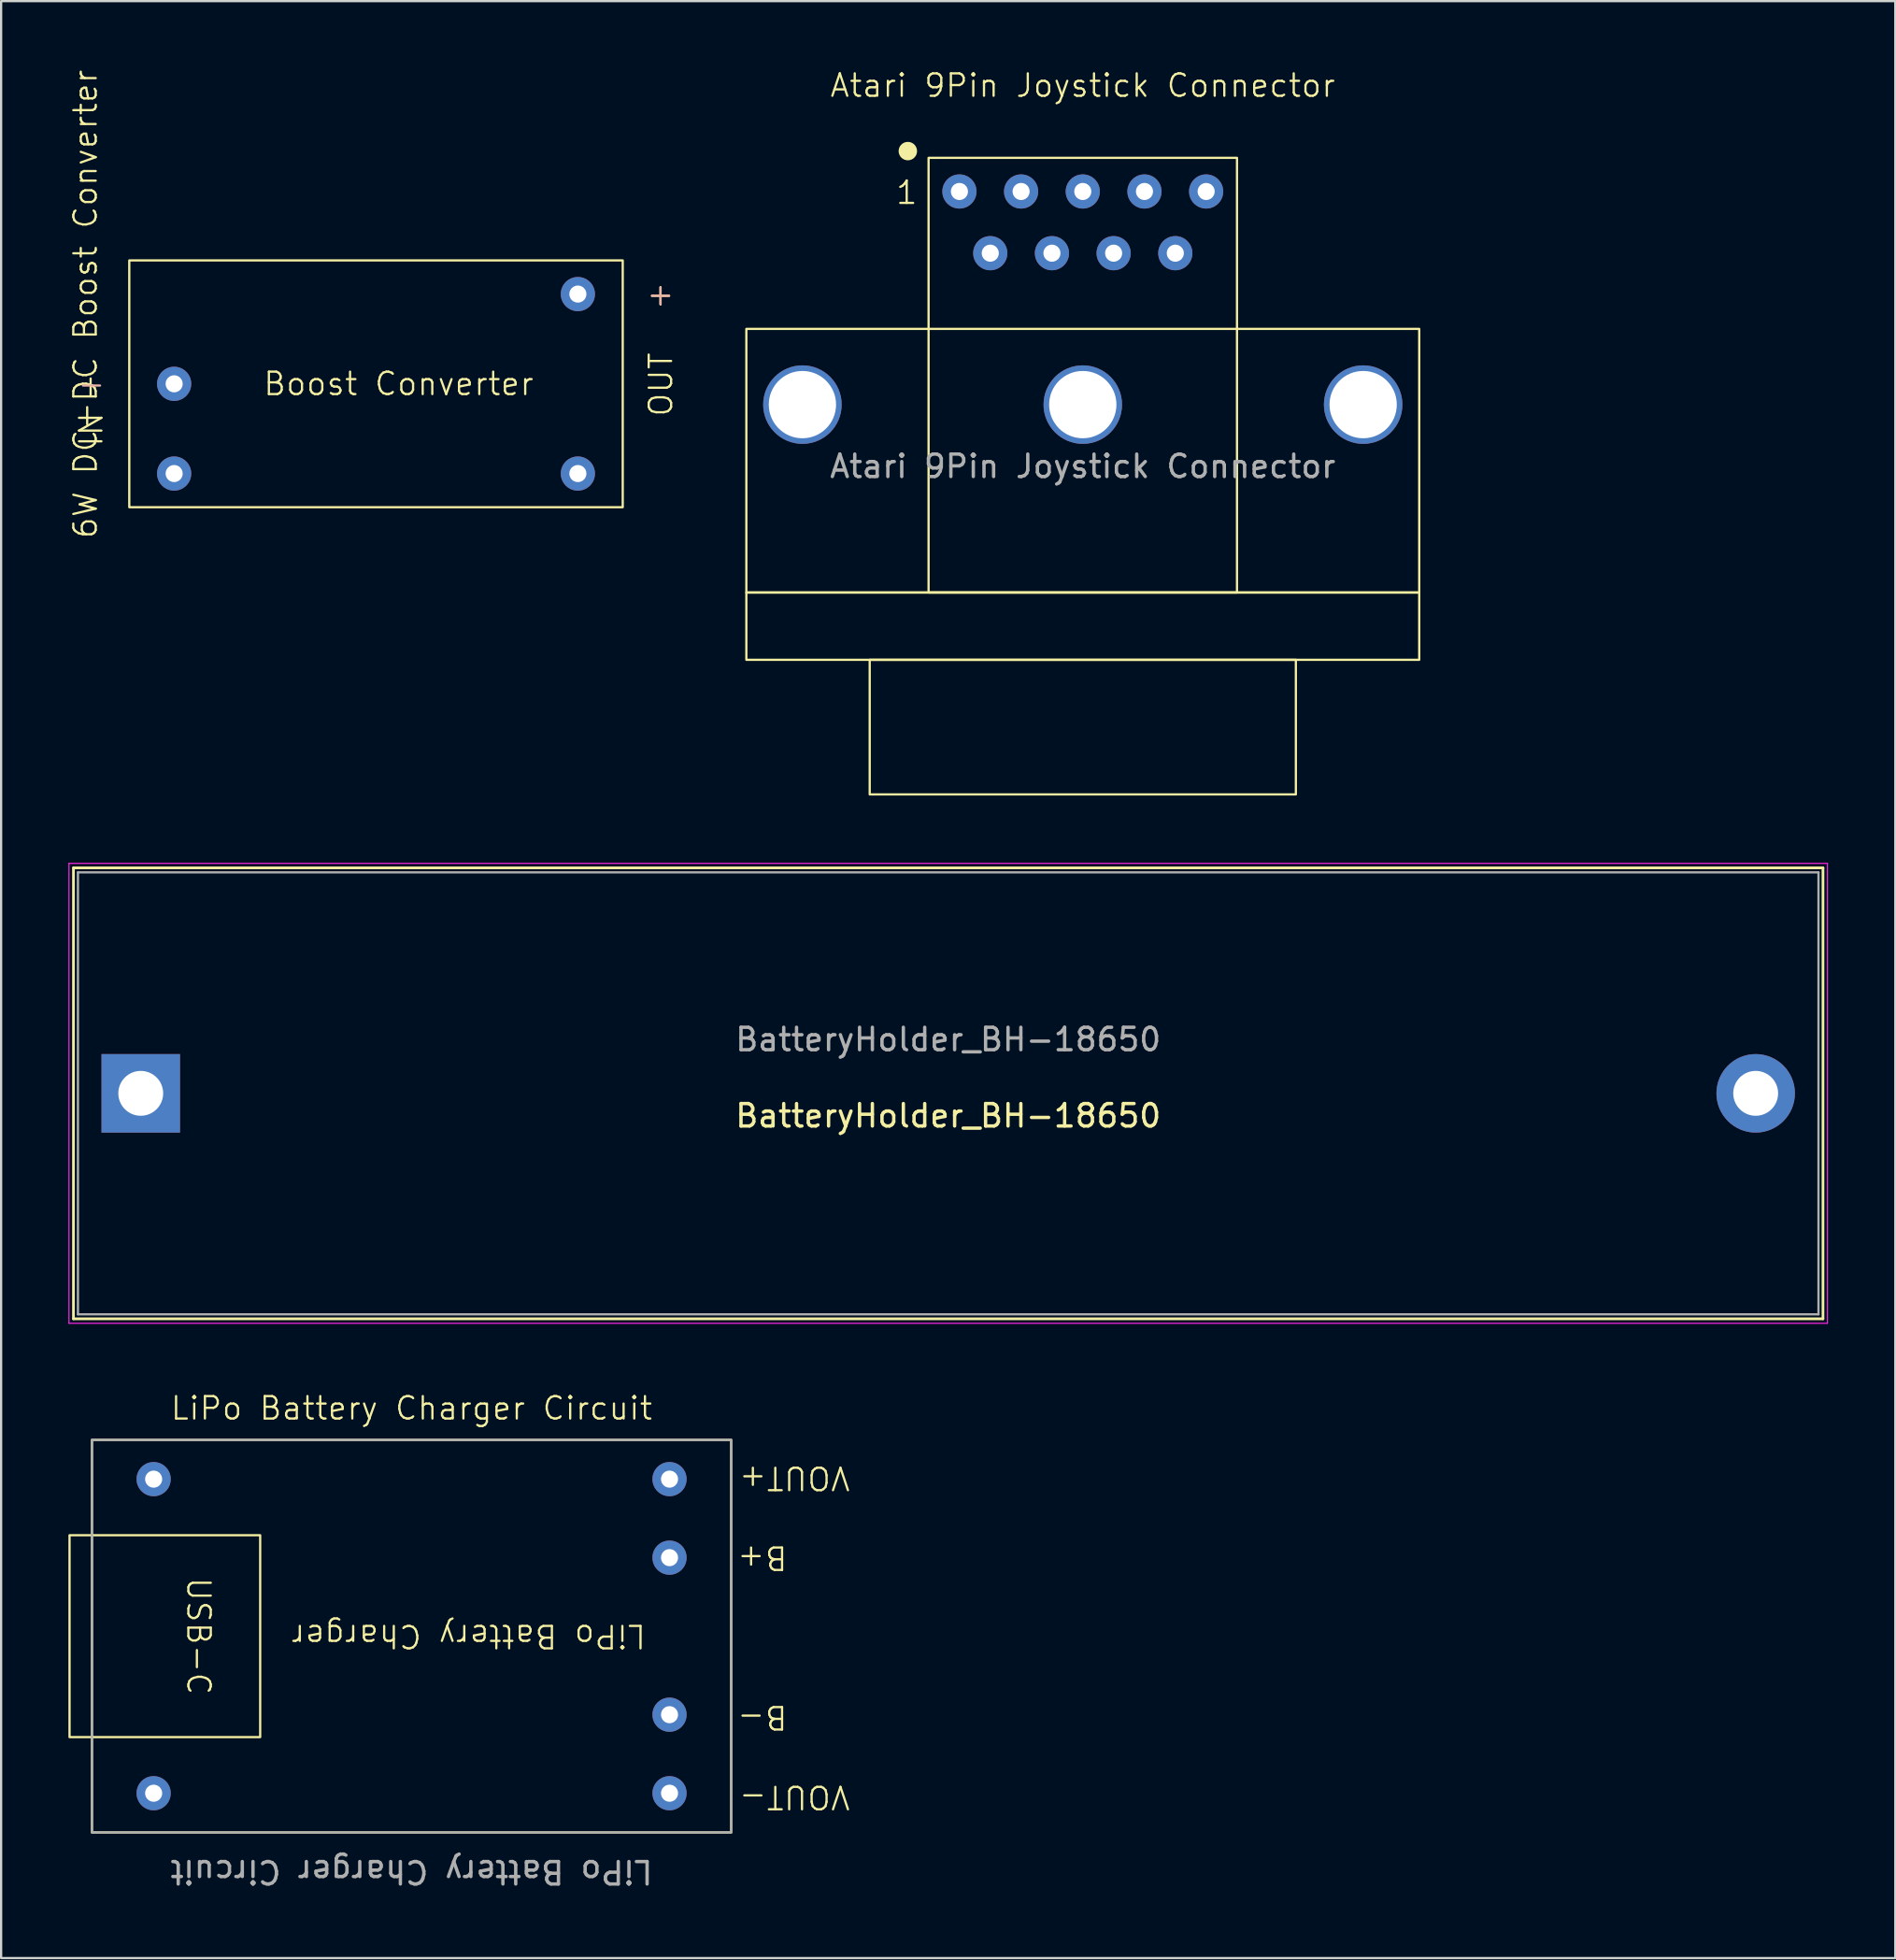
<source format=kicad_pcb>
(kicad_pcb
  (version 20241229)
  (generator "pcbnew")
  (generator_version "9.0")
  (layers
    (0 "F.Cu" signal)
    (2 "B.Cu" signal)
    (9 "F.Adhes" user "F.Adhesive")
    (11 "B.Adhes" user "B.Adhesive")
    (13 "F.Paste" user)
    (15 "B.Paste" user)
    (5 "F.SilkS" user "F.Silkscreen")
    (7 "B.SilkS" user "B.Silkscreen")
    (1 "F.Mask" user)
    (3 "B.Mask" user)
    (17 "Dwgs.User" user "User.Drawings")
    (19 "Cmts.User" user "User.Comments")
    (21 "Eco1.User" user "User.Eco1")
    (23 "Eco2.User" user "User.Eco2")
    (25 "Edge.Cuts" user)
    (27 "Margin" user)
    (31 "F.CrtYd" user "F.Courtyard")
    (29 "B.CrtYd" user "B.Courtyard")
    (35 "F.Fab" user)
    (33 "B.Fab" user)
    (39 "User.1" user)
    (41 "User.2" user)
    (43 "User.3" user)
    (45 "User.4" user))
  (footprint "Atari 9Pin Joystick Connector"
    (layer "F.Cu")
    (at 45.225 14.985)
    (property "Reference" "Atari 9Pin Joystick Connector" (at 0 -14.224 0) (unlocked yes) (layer "F.SilkS") (effects (font (size 1 1) (thickness 0.1))))
    (attr through_hole)
    (fp_rect (start -15 -3.375) (end 15 8.375) (stroke (width 0.1) (type default)) (fill no) (layer "F.SilkS"))
    (fp_rect (start -15 8.375) (end 15 11.375) (stroke (width 0.1) (type default)) (fill no) (layer "F.SilkS"))
    (fp_rect (start -9.5 11.375) (end 9.5 17.375) (stroke (width 0.1) (type default)) (fill no) (layer "F.SilkS"))
    (fp_rect (start -6.875 -11) (end 6.875 8.375) (stroke (width 0.1) (type default)) (fill no) (layer "F.SilkS"))
    (fp_circle (center -7.8 -11.3) (end -7.439 -11.3) (stroke (width 0.1) (type solid)) (fill yes) (layer "F.SilkS"))
    (fp_text user "1" (at -8.393 -8.863 0) (unlocked yes) (layer "F.SilkS") (effects (font (size 1 1) (thickness 0.1)) (justify left bottom)))
    (fp_text user "${REFERENCE}" (at 0 2.75 0) (unlocked yes) (layer "F.Fab") (effects (font (size 1 1) (thickness 0.15))))
    (pad "1" thru_hole circle (at -5.5 -9.5) (size 1.524 1.524) (drill 0.762) (layers "*.Cu" "F.Mask"))
    (pad "2" thru_hole circle (at -2.75 -9.5) (size 1.524 1.524) (drill 0.762) (layers "*.Cu" "F.Mask"))
    (pad "3" thru_hole circle (at 0 -9.5) (size 1.524 1.524) (drill 0.762) (layers "*.Cu" "F.Mask"))
    (pad "4" thru_hole circle (at 2.75 -9.5) (size 1.524 1.524) (drill 0.762) (layers "*.Cu" "F.Mask"))
    (pad "5" thru_hole circle (at 5.5 -9.5) (size 1.524 1.524) (drill 0.762) (layers "*.Cu" "F.Mask"))
    (pad "6" thru_hole circle (at -4.125 -6.75) (size 1.524 1.524) (drill 0.762) (layers "*.Cu" "F.Mask"))
    (pad "7" thru_hole circle (at -1.375 -6.75) (size 1.524 1.524) (drill 0.762) (layers "*.Cu" "F.Mask"))
    (pad "8" thru_hole circle (at 1.375 -6.75) (size 1.524 1.524) (drill 0.762) (layers "*.Cu" "F.Mask"))
    (pad "9" thru_hole circle (at 4.125 -6.75) (size 1.524 1.524) (drill 0.762) (layers "*.Cu" "F.Mask"))
    (pad "10" thru_hole circle (at 0 0) (size 3.5 3.5) (drill 3) (layers "*.Cu" "F.Mask"))
    (pad "11" thru_hole circle (at 12.5 0) (size 3.5 3.5) (drill 3) (layers "*.Cu" "F.Mask"))
    (pad "12" thru_hole circle (at -12.5 0) (size 3.5 3.5) (drill 3) (layers "*.Cu" "F.Mask")))
  (footprint "6W DC-DC Boost Converter"
    (layer "F.Cu")
    (at 13.714 14.058)
    (property "Reference" "6W DC-DC Boost Converter" (at -12.954 -3.556 90) (unlocked yes) (layer "F.SilkS") (effects (font (size 1 1) (thickness 0.1))))
    (attr through_hole)
    (fp_rect (start 11 -5.5) (end -11 5.5) (stroke (width 0.1) (type default)) (fill no) (layer "F.SilkS"))
    (fp_text user "-" (at -12.8 -0.54 90) (unlocked yes) (layer "F.SilkS") (effects (font (size 1 1) (thickness 0.1)) (justify left mirror)))
    (fp_text user "IN" (at -12.7 1.21 90) (unlocked yes) (layer "F.SilkS") (effects (font (size 1 1) (thickness 0.1)) (justify right)))
    (fp_text user "OUT" (at 12.7 1.524 90) (unlocked yes) (layer "F.SilkS") (effects (font (size 1 1) (thickness 0.1)) (justify left)))
    (fp_text user "Boost Converter" (at -5.08 0 0) (unlocked yes) (layer "F.SilkS") (effects (font (size 1 1) (thickness 0.1)) (justify left)))
    (fp_text user "+" (at 12 -4 0) (unlocked yes) (layer "F.SilkS") (effects (font (size 1 1) (thickness 0.1)) (justify right mirror)))
    (fp_text user "+" (at 12 -4 0) (unlocked yes) (layer "B.SilkS") (effects (font (size 1 1) (thickness 0.1)) (justify right mirror)))
    (fp_text user "-" (at -12 0 0) (unlocked yes) (layer "B.SilkS") (effects (font (size 1 1) (thickness 0.1)) (justify left mirror)))
    (pad "1" thru_hole circle (at -9 4) (size 1.524 1.524) (drill 0.762) (layers "*.Cu" "*.Mask"))
    (pad "2" thru_hole circle (at -9 0) (size 1.524 1.524) (drill 0.762) (layers "*.Cu" "*.Mask"))
    (pad "3" thru_hole circle (at 9 -4) (size 1.524 1.524) (drill 0.762) (layers "*.Cu" "*.Mask"))
    (pad "4" thru_hole circle (at 9 4) (size 1.524 1.524) (drill 0.762) (layers "*.Cu" "*.Mask")))
  (footprint "LiPo Battery Charger Circuit"
    (layer "F.Cu")
    (at 15.3 69.88)
    (property "Reference" "LiPo Battery Charger Circuit" (at 0 -10.16 0) (unlocked yes) (layer "F.SilkS") (effects (font (size 1 1) (thickness 0.1))))
    (attr through_hole)
    (fp_rect (start -15.25 -4.5) (end -6.75 4.5) (stroke (width 0.1) (type default)) (fill no) (layer "F.SilkS"))
    (fp_rect (start -14.25 -8.75) (end 14.25 8.75) (stroke (width 0.1) (type default)) (fill no) (layer "F.SilkS"))
    (fp_rect (start -14.25 -8.75) (end 14.25 8.75) (stroke (width 0.1) (type default)) (fill no) (layer "F.Fab"))
    (fp_text user "B-" (at 16.821 3.033 180) (unlocked yes) (layer "F.SilkS") (effects (font (size 1 1) (thickness 0.1)) (justify left bottom)))
    (fp_text user "LiPo Battery Charger" (at 2.54 0 180) (unlocked yes) (layer "F.SilkS") (effects (font (size 1 1) (thickness 0.1))))
    (fp_text user "VOUT-" (at 19.615 6.589 180) (unlocked yes) (layer "F.SilkS") (effects (font (size 1 1) (thickness 0.1)) (justify left bottom)))
    (fp_text user "USB-C" (at -9.495 0 270) (unlocked yes) (layer "F.SilkS") (effects (font (size 1 1) (thickness 0.1))))
    (fp_text user "B+" (at 16.821 -4.079 180) (unlocked yes) (layer "F.SilkS") (effects (font (size 1 1) (thickness 0.1)) (justify left bottom)))
    (fp_text user "VOUT+" (at 19.615 -7.635 180) (unlocked yes) (layer "F.SilkS") (effects (font (size 1 1) (thickness 0.1)) (justify left bottom)))
    (fp_text user "${REFERENCE}" (at 0 10.5 180) (unlocked yes) (layer "F.Fab") (effects (font (size 1 1) (thickness 0.15))))
    (pad "1" thru_hole circle (at 11.5 -3.5) (size 1.524 1.524) (drill 0.762) (layers "*.Cu" "*.Mask"))
    (pad "2" thru_hole circle (at 11.5 3.5) (size 1.524 1.524) (drill 0.762) (layers "*.Cu" "*.Mask"))
    (pad "3" thru_hole circle (at 11.5 -7) (size 1.524 1.524) (drill 0.762) (layers "*.Cu" "*.Mask"))
    (pad "4" thru_hole circle (at 11.5 7) (size 1.524 1.524) (drill 0.762) (layers "*.Cu" "*.Mask"))
    (pad "5" thru_hole circle (at -11.5 -7) (size 1.524 1.524) (drill 0.762) (layers "*.Cu" "*.Mask"))
    (pad "6" thru_hole circle (at -11.5 7) (size 1.524 1.524) (drill 0.762) (layers "*.Cu" "*.Mask")))
  (footprint "BatteryHolder_BH-18650"
    (layer "F.Cu")
    (at 3.225 45.684)
    (property "Reference" "BatteryHolder_BH-18650" (at 36 1 0) (layer "F.SilkS") (effects (font (size 1 1) (thickness 0.15))))
    (attr through_hole)
    (fp_line (start -3 -10.05) (end 75 -10.05) (stroke (width 0.12) (type solid)) (layer "F.SilkS"))
    (fp_line (start -3 10.05) (end -3 -10.05) (stroke (width 0.12) (type solid)) (layer "F.SilkS"))
    (fp_line (start 75 -10.05) (end 75 10.05) (stroke (width 0.12) (type solid)) (layer "F.SilkS"))
    (fp_line (start 75 10.05) (end -3 10.05) (stroke (width 0.12) (type solid)) (layer "F.SilkS"))
    (fp_line (start -3.2 -10.25) (end 75.2 -10.25) (stroke (width 0.05) (type solid)) (layer "F.CrtYd"))
    (fp_line (start -3.2 10.25) (end -3.2 -10.25) (stroke (width 0.05) (type solid)) (layer "F.CrtYd"))
    (fp_line (start 75.2 -10.25) (end 75.2 10.25) (stroke (width 0.05) (type solid)) (layer "F.CrtYd"))
    (fp_line (start 75.2 10.25) (end -3.2 10.25) (stroke (width 0.05) (type solid)) (layer "F.CrtYd"))
    (fp_line (start -2.8 -9.85) (end 74.8 -9.85) (stroke (width 0.1) (type solid)) (layer "F.Fab"))
    (fp_line (start -2.8 9.85) (end -2.8 -9.85) (stroke (width 0.1) (type solid)) (layer "F.Fab"))
    (fp_line (start 74.8 -9.85) (end 74.8 9.85) (stroke (width 0.1) (type solid)) (layer "F.Fab"))
    (fp_line (start 74.8 9.85) (end -2.8 9.85) (stroke (width 0.1) (type solid)) (layer "F.Fab"))
    (fp_text user "${REFERENCE}" (at 36 -2.4 0) (layer "F.Fab") (effects (font (size 1 1) (thickness 0.15))))
    (pad "1" thru_hole rect (at 0 0) (size 3.5 3.5) (drill 2) (layers "*.Cu" "*.Mask"))
    (pad "2" thru_hole circle (at 72 0) (size 3.5 3.5) (drill 2) (layers "*.Cu" "*.Mask")))
  (gr_rect
    (start -3 -3)
    (end 81.45 84.228)
    (stroke (width 0.1) (type default))
    (fill no)
    (layer "Edge.Cuts")))
</source>
